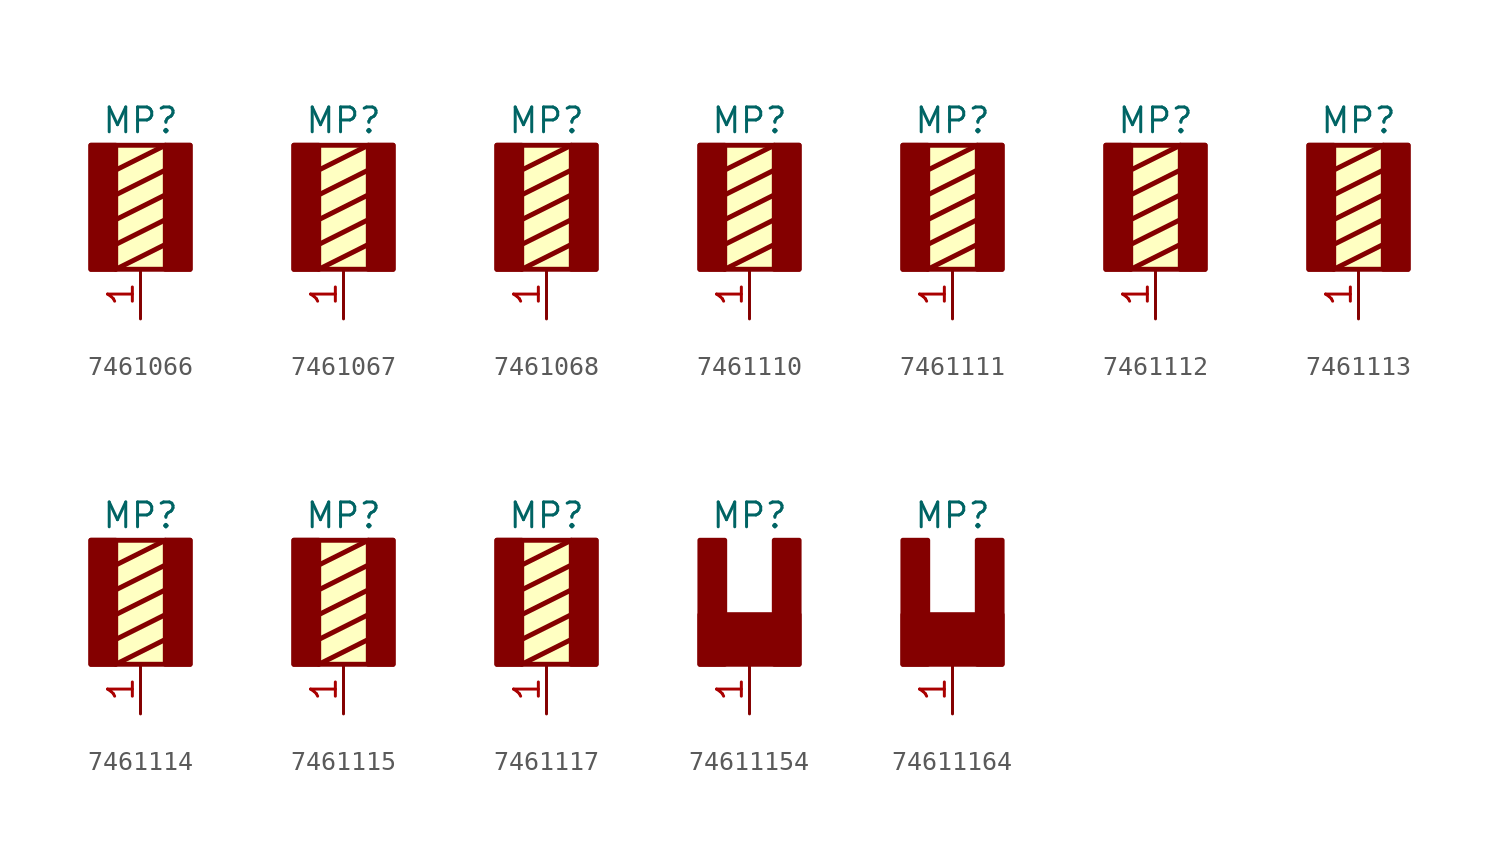
<source format=kicad_sym>
(kicad_symbol_lib
  (version 20220914)
  (generator kicad_symbol_editor)
  (symbol "7461066"
    (pin_names hide)
    (property "Reference" "MP"
      (at 0 5.08 0)
      (effects (font (size 1.27 1.27))))
    (symbol "7461066_0_0"
      (rectangle (start -2.54 3.81) (end 2.54 -2.54) (stroke (width 0.254) (type default)) (fill (type background)))
      (polyline (pts (xy -1.27 2.54) (xy 1.27 3.81)) (stroke (width 0.254) (type default)) (fill (type none)))
      (polyline (pts (xy 1.27 -1.27) (xy -1.27 -2.54)) (stroke (width 0.254) (type default)) (fill (type none)))
      (polyline (pts (xy 1.27 0) (xy -1.27 -1.27)) (stroke (width 0.254) (type default)) (fill (type none)))
      (polyline (pts (xy 1.27 1.27) (xy -1.27 0)) (stroke (width 0.254) (type default)) (fill (type none)))
      (polyline (pts (xy 1.27 2.54) (xy -1.27 1.27)) (stroke (width 0.254) (type default)) (fill (type none))))
    (symbol "7461066_1_0"
      (rectangle (start -2.54 3.81) (end -1.27 -2.54) (stroke (width 0.254) (type default)) (fill (type outline)))
      (rectangle (start 1.27 3.81) (end 2.54 -2.54) (stroke (width 0.254) (type default)) (fill (type outline)))
      (pin passive line (at 0 -5.08 90) (length 2.54) (name "1" (effects (font (size 1.27 1.27)))) (number "1" (effects (font (size 1.27 1.27)))))))
  (symbol "7461067"
    (pin_names hide)
    (property "Reference" "MP"
      (at 0 5.08 0)
      (effects (font (size 1.27 1.27))))
    (symbol "7461067_0_0"
      (rectangle (start -2.54 3.81) (end 2.54 -2.54) (stroke (width 0.254) (type default)) (fill (type background)))
      (polyline (pts (xy -1.27 2.54) (xy 1.27 3.81)) (stroke (width 0.254) (type default)) (fill (type none)))
      (polyline (pts (xy 1.27 -1.27) (xy -1.27 -2.54)) (stroke (width 0.254) (type default)) (fill (type none)))
      (polyline (pts (xy 1.27 0) (xy -1.27 -1.27)) (stroke (width 0.254) (type default)) (fill (type none)))
      (polyline (pts (xy 1.27 1.27) (xy -1.27 0)) (stroke (width 0.254) (type default)) (fill (type none)))
      (polyline (pts (xy 1.27 2.54) (xy -1.27 1.27)) (stroke (width 0.254) (type default)) (fill (type none))))
    (symbol "7461067_1_0"
      (rectangle (start -2.54 3.81) (end -1.27 -2.54) (stroke (width 0.254) (type default)) (fill (type outline)))
      (rectangle (start 1.27 3.81) (end 2.54 -2.54) (stroke (width 0.254) (type default)) (fill (type outline)))
      (pin passive line (at 0 -5.08 90) (length 2.54) (name "1" (effects (font (size 1.27 1.27)))) (number "1" (effects (font (size 1.27 1.27)))))))
  (symbol "7461068"
    (pin_names hide)
    (property "Reference" "MP"
      (at 0 5.08 0)
      (effects (font (size 1.27 1.27))))
    (symbol "7461068_0_0"
      (rectangle (start -2.54 3.81) (end 2.54 -2.54) (stroke (width 0.254) (type default)) (fill (type background)))
      (polyline (pts (xy -1.27 2.54) (xy 1.27 3.81)) (stroke (width 0.254) (type default)) (fill (type none)))
      (polyline (pts (xy 1.27 -1.27) (xy -1.27 -2.54)) (stroke (width 0.254) (type default)) (fill (type none)))
      (polyline (pts (xy 1.27 0) (xy -1.27 -1.27)) (stroke (width 0.254) (type default)) (fill (type none)))
      (polyline (pts (xy 1.27 1.27) (xy -1.27 0)) (stroke (width 0.254) (type default)) (fill (type none)))
      (polyline (pts (xy 1.27 2.54) (xy -1.27 1.27)) (stroke (width 0.254) (type default)) (fill (type none))))
    (symbol "7461068_1_0"
      (rectangle (start -2.54 3.81) (end -1.27 -2.54) (stroke (width 0.254) (type default)) (fill (type outline)))
      (rectangle (start 1.27 3.81) (end 2.54 -2.54) (stroke (width 0.254) (type default)) (fill (type outline)))
      (pin passive line (at 0 -5.08 90) (length 2.54) (name "1" (effects (font (size 1.27 1.27)))) (number "1" (effects (font (size 1.27 1.27)))))))
  (symbol "7461110"
    (pin_names hide)
    (property "Reference" "MP"
      (at 0 5.08 0)
      (effects (font (size 1.27 1.27))))
    (symbol "7461110_0_0"
      (rectangle (start -2.54 3.81) (end 2.54 -2.54) (stroke (width 0.254) (type default)) (fill (type background)))
      (polyline (pts (xy -1.27 2.54) (xy 1.27 3.81)) (stroke (width 0.254) (type default)) (fill (type none)))
      (polyline (pts (xy 1.27 -1.27) (xy -1.27 -2.54)) (stroke (width 0.254) (type default)) (fill (type none)))
      (polyline (pts (xy 1.27 0) (xy -1.27 -1.27)) (stroke (width 0.254) (type default)) (fill (type none)))
      (polyline (pts (xy 1.27 1.27) (xy -1.27 0)) (stroke (width 0.254) (type default)) (fill (type none)))
      (polyline (pts (xy 1.27 2.54) (xy -1.27 1.27)) (stroke (width 0.254) (type default)) (fill (type none))))
    (symbol "7461110_1_0"
      (rectangle (start -2.54 3.81) (end -1.27 -2.54) (stroke (width 0.254) (type default)) (fill (type outline)))
      (rectangle (start 1.27 3.81) (end 2.54 -2.54) (stroke (width 0.254) (type default)) (fill (type outline)))
      (pin passive line (at 0 -5.08 90) (length 2.54) (name "1" (effects (font (size 1.27 1.27)))) (number "1" (effects (font (size 1.27 1.27)))))))
  (symbol "7461111"
    (pin_names hide)
    (property "Reference" "MP"
      (at 0 5.08 0)
      (effects (font (size 1.27 1.27))))
    (symbol "7461111_0_0"
      (rectangle (start -2.54 3.81) (end 2.54 -2.54) (stroke (width 0.254) (type default)) (fill (type background)))
      (polyline (pts (xy -1.27 2.54) (xy 1.27 3.81)) (stroke (width 0.254) (type default)) (fill (type none)))
      (polyline (pts (xy 1.27 -1.27) (xy -1.27 -2.54)) (stroke (width 0.254) (type default)) (fill (type none)))
      (polyline (pts (xy 1.27 0) (xy -1.27 -1.27)) (stroke (width 0.254) (type default)) (fill (type none)))
      (polyline (pts (xy 1.27 1.27) (xy -1.27 0)) (stroke (width 0.254) (type default)) (fill (type none)))
      (polyline (pts (xy 1.27 2.54) (xy -1.27 1.27)) (stroke (width 0.254) (type default)) (fill (type none))))
    (symbol "7461111_1_0"
      (rectangle (start -2.54 3.81) (end -1.27 -2.54) (stroke (width 0.254) (type default)) (fill (type outline)))
      (rectangle (start 1.27 3.81) (end 2.54 -2.54) (stroke (width 0.254) (type default)) (fill (type outline)))
      (pin passive line (at 0 -5.08 90) (length 2.54) (name "1" (effects (font (size 1.27 1.27)))) (number "1" (effects (font (size 1.27 1.27)))))))
  (symbol "7461112"
    (pin_names hide)
    (property "Reference" "MP"
      (at 0 5.08 0)
      (effects (font (size 1.27 1.27))))
    (symbol "7461112_0_0"
      (rectangle (start -2.54 3.81) (end 2.54 -2.54) (stroke (width 0.254) (type default)) (fill (type background)))
      (polyline (pts (xy -1.27 2.54) (xy 1.27 3.81)) (stroke (width 0.254) (type default)) (fill (type none)))
      (polyline (pts (xy 1.27 -1.27) (xy -1.27 -2.54)) (stroke (width 0.254) (type default)) (fill (type none)))
      (polyline (pts (xy 1.27 0) (xy -1.27 -1.27)) (stroke (width 0.254) (type default)) (fill (type none)))
      (polyline (pts (xy 1.27 1.27) (xy -1.27 0)) (stroke (width 0.254) (type default)) (fill (type none)))
      (polyline (pts (xy 1.27 2.54) (xy -1.27 1.27)) (stroke (width 0.254) (type default)) (fill (type none))))
    (symbol "7461112_1_0"
      (rectangle (start -2.54 3.81) (end -1.27 -2.54) (stroke (width 0.254) (type default)) (fill (type outline)))
      (rectangle (start 1.27 3.81) (end 2.54 -2.54) (stroke (width 0.254) (type default)) (fill (type outline)))
      (pin passive line (at 0 -5.08 90) (length 2.54) (name "1" (effects (font (size 1.27 1.27)))) (number "1" (effects (font (size 1.27 1.27)))))))
  (symbol "7461113"
    (pin_names hide)
    (property "Reference" "MP"
      (at 0 5.08 0)
      (effects (font (size 1.27 1.27))))
    (symbol "7461113_0_0"
      (rectangle (start -2.54 3.81) (end 2.54 -2.54) (stroke (width 0.254) (type default)) (fill (type background)))
      (polyline (pts (xy -1.27 2.54) (xy 1.27 3.81)) (stroke (width 0.254) (type default)) (fill (type none)))
      (polyline (pts (xy 1.27 -1.27) (xy -1.27 -2.54)) (stroke (width 0.254) (type default)) (fill (type none)))
      (polyline (pts (xy 1.27 0) (xy -1.27 -1.27)) (stroke (width 0.254) (type default)) (fill (type none)))
      (polyline (pts (xy 1.27 1.27) (xy -1.27 0)) (stroke (width 0.254) (type default)) (fill (type none)))
      (polyline (pts (xy 1.27 2.54) (xy -1.27 1.27)) (stroke (width 0.254) (type default)) (fill (type none))))
    (symbol "7461113_1_0"
      (rectangle (start -2.54 3.81) (end -1.27 -2.54) (stroke (width 0.254) (type default)) (fill (type outline)))
      (rectangle (start 1.27 3.81) (end 2.54 -2.54) (stroke (width 0.254) (type default)) (fill (type outline)))
      (pin passive line (at 0 -5.08 90) (length 2.54) (name "1" (effects (font (size 1.27 1.27)))) (number "1" (effects (font (size 1.27 1.27)))))))
  (symbol "7461114"
    (pin_names hide)
    (property "Reference" "MP"
      (at 0 5.08 0)
      (effects (font (size 1.27 1.27))))
    (symbol "7461114_0_0"
      (rectangle (start -2.54 3.81) (end 2.54 -2.54) (stroke (width 0.254) (type default)) (fill (type background)))
      (polyline (pts (xy -1.27 2.54) (xy 1.27 3.81)) (stroke (width 0.254) (type default)) (fill (type none)))
      (polyline (pts (xy 1.27 -1.27) (xy -1.27 -2.54)) (stroke (width 0.254) (type default)) (fill (type none)))
      (polyline (pts (xy 1.27 0) (xy -1.27 -1.27)) (stroke (width 0.254) (type default)) (fill (type none)))
      (polyline (pts (xy 1.27 1.27) (xy -1.27 0)) (stroke (width 0.254) (type default)) (fill (type none)))
      (polyline (pts (xy 1.27 2.54) (xy -1.27 1.27)) (stroke (width 0.254) (type default)) (fill (type none))))
    (symbol "7461114_1_0"
      (rectangle (start -2.54 3.81) (end -1.27 -2.54) (stroke (width 0.254) (type default)) (fill (type outline)))
      (rectangle (start 1.27 3.81) (end 2.54 -2.54) (stroke (width 0.254) (type default)) (fill (type outline)))
      (pin passive line (at 0 -5.08 90) (length 2.54) (name "1" (effects (font (size 1.27 1.27)))) (number "1" (effects (font (size 1.27 1.27)))))))
  (symbol "7461115"
    (pin_names hide)
    (property "Reference" "MP"
      (at 0 5.08 0)
      (effects (font (size 1.27 1.27))))
    (symbol "7461115_0_0"
      (rectangle (start -2.54 3.81) (end 2.54 -2.54) (stroke (width 0.254) (type default)) (fill (type background)))
      (polyline (pts (xy -1.27 2.54) (xy 1.27 3.81)) (stroke (width 0.254) (type default)) (fill (type none)))
      (polyline (pts (xy 1.27 -1.27) (xy -1.27 -2.54)) (stroke (width 0.254) (type default)) (fill (type none)))
      (polyline (pts (xy 1.27 0) (xy -1.27 -1.27)) (stroke (width 0.254) (type default)) (fill (type none)))
      (polyline (pts (xy 1.27 1.27) (xy -1.27 0)) (stroke (width 0.254) (type default)) (fill (type none)))
      (polyline (pts (xy 1.27 2.54) (xy -1.27 1.27)) (stroke (width 0.254) (type default)) (fill (type none))))
    (symbol "7461115_1_0"
      (rectangle (start -2.54 3.81) (end -1.27 -2.54) (stroke (width 0.254) (type default)) (fill (type outline)))
      (rectangle (start 1.27 3.81) (end 2.54 -2.54) (stroke (width 0.254) (type default)) (fill (type outline)))
      (pin passive line (at 0 -5.08 90) (length 2.54) (name "1" (effects (font (size 1.27 1.27)))) (number "1" (effects (font (size 1.27 1.27)))))))
  (symbol "7461117"
    (pin_names hide)
    (property "Reference" "MP"
      (at 0 5.08 0)
      (effects (font (size 1.27 1.27))))
    (symbol "7461117_0_0"
      (rectangle (start -2.54 3.81) (end 2.54 -2.54) (stroke (width 0.254) (type default)) (fill (type background)))
      (polyline (pts (xy -1.27 2.54) (xy 1.27 3.81)) (stroke (width 0.254) (type default)) (fill (type none)))
      (polyline (pts (xy 1.27 -1.27) (xy -1.27 -2.54)) (stroke (width 0.254) (type default)) (fill (type none)))
      (polyline (pts (xy 1.27 0) (xy -1.27 -1.27)) (stroke (width 0.254) (type default)) (fill (type none)))
      (polyline (pts (xy 1.27 1.27) (xy -1.27 0)) (stroke (width 0.254) (type default)) (fill (type none)))
      (polyline (pts (xy 1.27 2.54) (xy -1.27 1.27)) (stroke (width 0.254) (type default)) (fill (type none))))
    (symbol "7461117_1_0"
      (rectangle (start -2.54 3.81) (end -1.27 -2.54) (stroke (width 0.254) (type default)) (fill (type outline)))
      (rectangle (start 1.27 3.81) (end 2.54 -2.54) (stroke (width 0.254) (type default)) (fill (type outline)))
      (pin passive line (at 0 -5.08 90) (length 2.54) (name "1" (effects (font (size 1.27 1.27)))) (number "1" (effects (font (size 1.27 1.27)))))))
  (symbol "74611154"
    (pin_names hide)
    (property "Reference" "MP"
      (at 0 5.08 0)
      (effects (font (size 1.27 1.27))))
    (symbol "74611154_1_0"
      (rectangle (start -2.54 0) (end 2.54 -2.54) (stroke (width 0.254) (type default)) (fill (type outline)))
      (rectangle (start -2.54 3.81) (end -1.27 -2.54) (stroke (width 0.254) (type default)) (fill (type outline)))
      (rectangle (start 1.27 3.81) (end 2.54 -2.54) (stroke (width 0.254) (type default)) (fill (type outline)))
      (pin passive line (at 0 -5.08 90) (length 2.54) (name "1" (effects (font (size 1.27 1.27)))) (number "1" (effects (font (size 1.27 1.27)))))))
  (symbol "74611164"
    (pin_names hide)
    (property "Reference" "MP"
      (at 0 5.08 0)
      (effects (font (size 1.27 1.27))))
    (symbol "74611164_1_0"
      (rectangle (start -2.54 0) (end 2.54 -2.54) (stroke (width 0.254) (type default)) (fill (type outline)))
      (rectangle (start -2.54 3.81) (end -1.27 -2.54) (stroke (width 0.254) (type default)) (fill (type outline)))
      (rectangle (start 1.27 3.81) (end 2.54 -2.54) (stroke (width 0.254) (type default)) (fill (type outline)))
      (pin passive line (at 0 -5.08 90) (length 2.54) (name "1" (effects (font (size 1.27 1.27)))) (number "1" (effects (font (size 1.27 1.27))))))))
</source>
